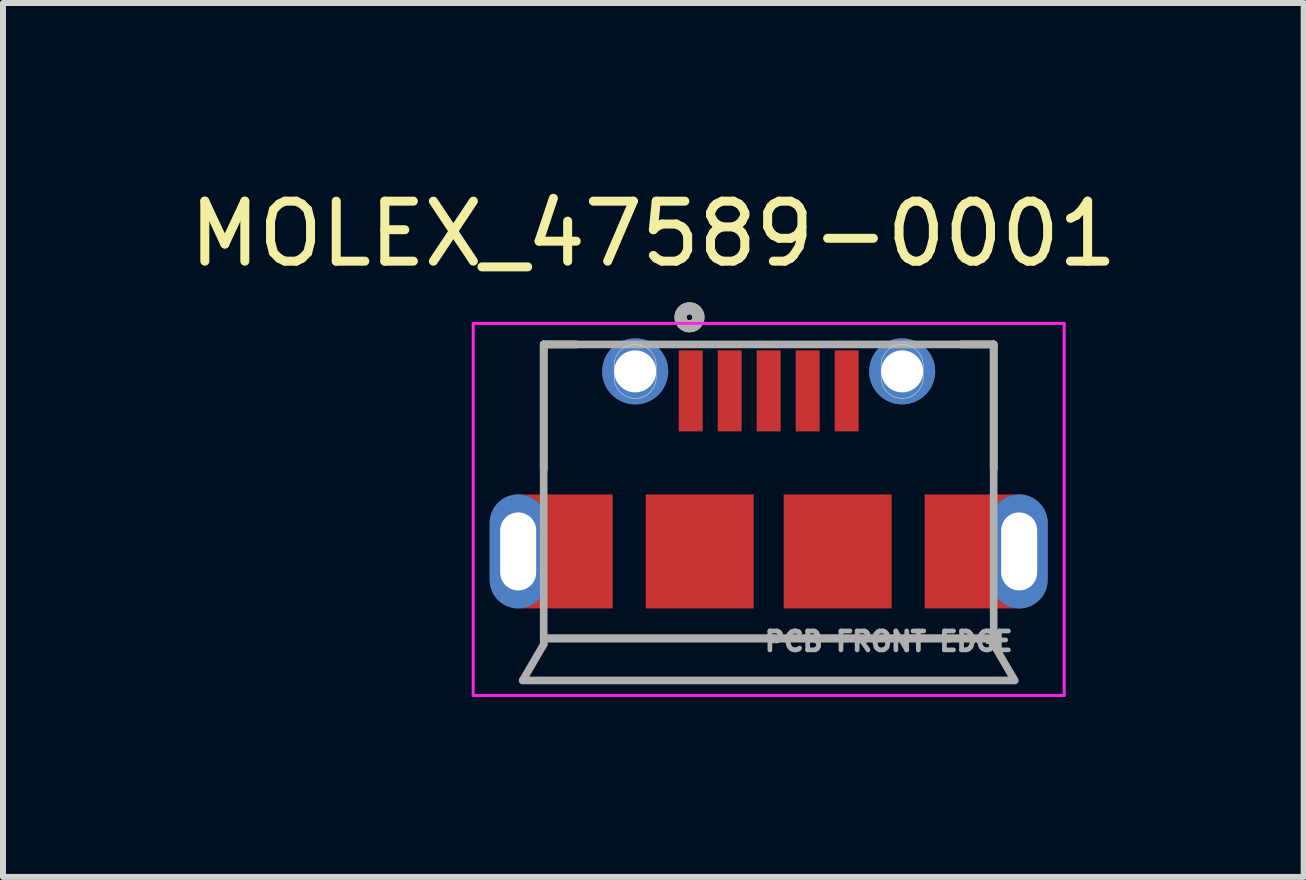
<source format=kicad_pcb>
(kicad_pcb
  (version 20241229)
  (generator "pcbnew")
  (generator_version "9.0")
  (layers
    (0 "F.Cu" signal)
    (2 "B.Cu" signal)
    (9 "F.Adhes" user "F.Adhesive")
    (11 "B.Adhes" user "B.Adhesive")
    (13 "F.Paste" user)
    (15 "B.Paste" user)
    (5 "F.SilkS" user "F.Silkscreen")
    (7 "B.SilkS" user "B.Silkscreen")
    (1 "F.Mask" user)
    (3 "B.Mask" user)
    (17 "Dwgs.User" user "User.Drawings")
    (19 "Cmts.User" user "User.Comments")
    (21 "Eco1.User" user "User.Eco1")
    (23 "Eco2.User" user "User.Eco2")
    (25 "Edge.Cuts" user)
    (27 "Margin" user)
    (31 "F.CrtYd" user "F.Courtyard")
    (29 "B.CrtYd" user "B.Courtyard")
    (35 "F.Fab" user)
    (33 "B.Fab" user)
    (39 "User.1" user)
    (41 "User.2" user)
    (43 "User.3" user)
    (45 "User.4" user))
  (footprint "MOLEX_47589-0001"
    (layer "F.Cu")
    (at 9.762 5.403)
    (property "Reference" "MOLEX_47589-0001" (at -1.922 -4.555 0) (layer "F.SilkS") (effects (font (size 1 1) (thickness 0.15))))
    (attr through_hole)
    (fp_poly (pts (xy -2.6 1.688) (xy -4.175 1.688) (xy -4.153 1.687) (xy -4.128 1.685) (xy -4.103 1.682) (xy -4.078 1.677) (xy -4.054 1.671) (xy -4.03 1.664) (xy -4.006 1.656) (xy -3.983 1.646) (xy -3.961 1.635) (xy -3.939 1.624) (xy -3.917 1.61) (xy -3.897 1.596) (xy -3.877 1.581) (xy -3.858 1.565) (xy -3.84 1.548) (xy -3.823 1.53) (xy -3.806 1.511) (xy -3.791 1.491) (xy -3.777 1.47) (xy -3.764 1.449) (xy -3.752 1.427) (xy -3.741 1.404) (xy -3.732 1.381) (xy -3.723 1.358) (xy -3.716 1.334) (xy -3.71 1.309) (xy -3.706 1.285) (xy -3.703 1.26) (xy -3.701 1.235) (xy -3.7 1.208) (xy -3.7 0.258) (xy -3.701 0.235) (xy -3.703 0.211) (xy -3.706 0.186) (xy -3.71 0.162) (xy -3.716 0.138) (xy -3.723 0.114) (xy -3.731 0.091) (xy -3.741 0.068) (xy -3.751 0.045) (xy -3.763 0.024) (xy -3.776 0.003) (xy -3.79 -0.018) (xy -3.805 -0.037) (xy -3.821 -0.056) (xy -3.838 -0.074) (xy -3.856 -0.091) (xy -3.875 -0.107) (xy -3.895 -0.122) (xy -3.915 -0.136) (xy -3.936 -0.149) (xy -3.958 -0.161) (xy -3.98 -0.172) (xy -4.003 -0.181) (xy -4.026 -0.189) (xy -4.05 -0.196) (xy -4.074 -0.202) (xy -4.099 -0.207) (xy -4.123 -0.21) (xy -4.148 -0.212) (xy -4.175 -0.212) (xy -2.6 -0.212) (xy -2.6 1.688) (xy -2.6 1.688)) (stroke (width 0.0001) (type solid)) (fill yes) (layer "F.Cu"))
    (fp_poly (pts (xy 2.6 -0.212) (xy 4.175 -0.212) (xy 4.153 -0.212) (xy 4.128 -0.21) (xy 4.103 -0.207) (xy 4.078 -0.202) (xy 4.054 -0.196) (xy 4.03 -0.189) (xy 4.006 -0.181) (xy 3.983 -0.171) (xy 3.961 -0.16) (xy 3.939 -0.149) (xy 3.917 -0.135) (xy 3.897 -0.121) (xy 3.877 -0.106) (xy 3.858 -0.09) (xy 3.84 -0.073) (xy 3.823 -0.055) (xy 3.806 -0.036) (xy 3.791 -0.016) (xy 3.777 0.005) (xy 3.764 0.026) (xy 3.752 0.048) (xy 3.741 0.071) (xy 3.732 0.094) (xy 3.723 0.117) (xy 3.716 0.141) (xy 3.71 0.166) (xy 3.706 0.19) (xy 3.703 0.215) (xy 3.701 0.24) (xy 3.7 0.268) (xy 3.7 1.218) (xy 3.701 1.24) (xy 3.703 1.264) (xy 3.706 1.289) (xy 3.71 1.313) (xy 3.716 1.337) (xy 3.723 1.361) (xy 3.731 1.384) (xy 3.741 1.407) (xy 3.751 1.43) (xy 3.763 1.451) (xy 3.776 1.472) (xy 3.79 1.493) (xy 3.805 1.512) (xy 3.821 1.531) (xy 3.838 1.549) (xy 3.856 1.566) (xy 3.875 1.582) (xy 3.895 1.597) (xy 3.915 1.611) (xy 3.936 1.624) (xy 3.958 1.636) (xy 3.98 1.647) (xy 4.003 1.656) (xy 4.026 1.664) (xy 4.05 1.671) (xy 4.074 1.677) (xy 4.099 1.682) (xy 4.123 1.685) (xy 4.148 1.687) (xy 4.175 1.688) (xy 2.6 1.688) (xy 2.6 -0.212) (xy 2.6 -0.212)) (stroke (width 0.0001) (type solid)) (fill yes) (layer "F.Cu"))
    (fp_poly (pts (xy -4.475 0.738) (xy -4.475 0.388) (xy -4.475 0.372) (xy -4.473 0.356) (xy -4.471 0.341) (xy -4.468 0.325) (xy -4.465 0.31) (xy -4.46 0.295) (xy -4.455 0.28) (xy -4.449 0.265) (xy -4.442 0.251) (xy -4.435 0.237) (xy -4.427 0.224) (xy -4.418 0.211) (xy -4.408 0.199) (xy -4.398 0.187) (xy -4.387 0.175) (xy -4.376 0.165) (xy -4.364 0.154) (xy -4.351 0.145) (xy -4.338 0.136) (xy -4.325 0.128) (xy -4.311 0.12) (xy -4.297 0.113) (xy -4.283 0.107) (xy -4.268 0.102) (xy -4.253 0.098) (xy -4.237 0.094) (xy -4.222 0.091) (xy -4.206 0.089) (xy -4.191 0.088) (xy -4.175 0.087) (xy -4.159 0.088) (xy -4.144 0.089) (xy -4.128 0.091) (xy -4.113 0.094) (xy -4.097 0.098) (xy -4.082 0.102) (xy -4.067 0.107) (xy -4.053 0.113) (xy -4.039 0.12) (xy -4.025 0.128) (xy -4.012 0.136) (xy -3.999 0.145) (xy -3.986 0.154) (xy -3.974 0.165) (xy -3.963 0.175) (xy -3.952 0.187) (xy -3.942 0.199) (xy -3.932 0.211) (xy -3.923 0.224) (xy -3.915 0.237) (xy -3.908 0.251) (xy -3.901 0.265) (xy -3.895 0.28) (xy -3.89 0.295) (xy -3.885 0.31) (xy -3.882 0.325) (xy -3.879 0.341) (xy -3.877 0.356) (xy -3.875 0.372) (xy -3.875 0.388) (xy -3.875 1.087) (xy -3.875 1.103) (xy -3.877 1.119) (xy -3.879 1.134) (xy -3.882 1.15) (xy -3.885 1.165) (xy -3.89 1.18) (xy -3.895 1.195) (xy -3.901 1.21) (xy -3.908 1.224) (xy -3.915 1.237) (xy -3.923 1.251) (xy -3.932 1.264) (xy -3.942 1.276) (xy -3.952 1.288) (xy -3.963 1.3) (xy -3.974 1.31) (xy -3.986 1.321) (xy -3.999 1.33) (xy -4.012 1.339) (xy -4.025 1.347) (xy -4.039 1.355) (xy -4.053 1.362) (xy -4.067 1.368) (xy -4.082 1.373) (xy -4.097 1.377) (xy -4.113 1.381) (xy -4.128 1.384) (xy -4.144 1.386) (xy -4.159 1.387) (xy -4.175 1.387) (xy -4.191 1.387) (xy -4.206 1.386) (xy -4.222 1.384) (xy -4.237 1.381) (xy -4.253 1.377) (xy -4.268 1.373) (xy -4.283 1.368) (xy -4.297 1.362) (xy -4.311 1.355) (xy -4.325 1.347) (xy -4.338 1.339) (xy -4.351 1.33) (xy -4.364 1.321) (xy -4.376 1.31) (xy -4.387 1.3) (xy -4.398 1.288) (xy -4.408 1.276) (xy -4.418 1.264) (xy -4.427 1.251) (xy -4.435 1.237) (xy -4.442 1.224) (xy -4.449 1.21) (xy -4.455 1.195) (xy -4.46 1.18) (xy -4.465 1.165) (xy -4.468 1.15) (xy -4.471 1.134) (xy -4.473 1.119) (xy -4.475 1.103) (xy -4.475 1.087) (xy -4.475 0.738) (xy -4.775 0.738) (xy -4.775 1.238) (xy -4.773 1.263) (xy -4.77 1.293) (xy -4.765 1.322) (xy -4.758 1.352) (xy -4.75 1.381) (xy -4.741 1.409) (xy -4.73 1.437) (xy -4.717 1.465) (xy -4.703 1.492) (xy -4.688 1.517) (xy -4.671 1.543) (xy -4.654 1.567) (xy -4.634 1.59) (xy -4.614 1.612) (xy -4.593 1.633) (xy -4.57 1.653) (xy -4.546 1.672) (xy -4.522 1.69) (xy -4.496 1.706) (xy -4.47 1.721) (xy -4.443 1.734) (xy -4.416 1.746) (xy -4.387 1.757) (xy -4.359 1.766) (xy -4.329 1.773) (xy -4.3 1.779) (xy -4.27 1.784) (xy -4.24 1.787) (xy -4.21 1.788) (xy -4.175 1.788) (xy -2.5 1.788) (xy -2.5 -0.313) (xy -4.175 -0.313) (xy -4.21 -0.313) (xy -4.24 -0.312) (xy -4.27 -0.309) (xy -4.3 -0.304) (xy -4.329 -0.298) (xy -4.359 -0.291) (xy -4.387 -0.282) (xy -4.416 -0.271) (xy -4.443 -0.259) (xy -4.47 -0.246) (xy -4.496 -0.231) (xy -4.522 -0.215) (xy -4.546 -0.197) (xy -4.57 -0.178) (xy -4.593 -0.158) (xy -4.614 -0.137) (xy -4.634 -0.115) (xy -4.654 -0.092) (xy -4.671 -0.068) (xy -4.688 -0.042) (xy -4.703 -0.017) (xy -4.717 0.01) (xy -4.73 0.038) (xy -4.741 0.066) (xy -4.75 0.094) (xy -4.758 0.123) (xy -4.765 0.153) (xy -4.77 0.182) (xy -4.773 0.212) (xy -4.775 0.237) (xy -4.775 0.738) (xy -4.475 0.738) (xy -4.475 0.738)) (stroke (width 0) (type solid)) (fill yes) (layer "F.Mask"))
    (fp_poly (pts (xy 4.475 0.738) (xy 4.475 1.087) (xy 4.475 1.103) (xy 4.473 1.119) (xy 4.471 1.134) (xy 4.468 1.15) (xy 4.465 1.165) (xy 4.46 1.18) (xy 4.455 1.195) (xy 4.449 1.21) (xy 4.442 1.224) (xy 4.435 1.237) (xy 4.427 1.251) (xy 4.418 1.264) (xy 4.408 1.276) (xy 4.398 1.288) (xy 4.387 1.3) (xy 4.376 1.31) (xy 4.364 1.321) (xy 4.351 1.33) (xy 4.338 1.339) (xy 4.325 1.347) (xy 4.311 1.355) (xy 4.297 1.362) (xy 4.283 1.368) (xy 4.268 1.373) (xy 4.253 1.377) (xy 4.237 1.381) (xy 4.222 1.384) (xy 4.206 1.386) (xy 4.191 1.387) (xy 4.175 1.387) (xy 4.159 1.387) (xy 4.144 1.386) (xy 4.128 1.384) (xy 4.113 1.381) (xy 4.097 1.377) (xy 4.082 1.373) (xy 4.067 1.368) (xy 4.053 1.362) (xy 4.039 1.355) (xy 4.025 1.347) (xy 4.012 1.339) (xy 3.999 1.33) (xy 3.986 1.321) (xy 3.974 1.31) (xy 3.963 1.3) (xy 3.952 1.288) (xy 3.942 1.276) (xy 3.932 1.264) (xy 3.923 1.251) (xy 3.915 1.237) (xy 3.908 1.224) (xy 3.901 1.21) (xy 3.895 1.195) (xy 3.89 1.18) (xy 3.885 1.165) (xy 3.882 1.15) (xy 3.879 1.134) (xy 3.877 1.119) (xy 3.875 1.103) (xy 3.875 1.087) (xy 3.875 0.388) (xy 3.875 0.372) (xy 3.877 0.356) (xy 3.879 0.341) (xy 3.882 0.325) (xy 3.885 0.31) (xy 3.89 0.295) (xy 3.895 0.28) (xy 3.901 0.265) (xy 3.908 0.251) (xy 3.915 0.237) (xy 3.923 0.224) (xy 3.932 0.211) (xy 3.942 0.199) (xy 3.952 0.187) (xy 3.963 0.175) (xy 3.974 0.165) (xy 3.986 0.154) (xy 3.999 0.145) (xy 4.012 0.136) (xy 4.025 0.128) (xy 4.039 0.12) (xy 4.053 0.113) (xy 4.067 0.107) (xy 4.082 0.102) (xy 4.097 0.098) (xy 4.113 0.094) (xy 4.128 0.091) (xy 4.144 0.089) (xy 4.159 0.088) (xy 4.175 0.087) (xy 4.191 0.088) (xy 4.206 0.089) (xy 4.222 0.091) (xy 4.237 0.094) (xy 4.253 0.098) (xy 4.268 0.102) (xy 4.283 0.107) (xy 4.297 0.113) (xy 4.311 0.12) (xy 4.325 0.128) (xy 4.338 0.136) (xy 4.351 0.145) (xy 4.364 0.154) (xy 4.376 0.165) (xy 4.387 0.175) (xy 4.398 0.187) (xy 4.408 0.199) (xy 4.418 0.211) (xy 4.427 0.224) (xy 4.435 0.237) (xy 4.442 0.251) (xy 4.449 0.265) (xy 4.455 0.28) (xy 4.46 0.295) (xy 4.465 0.31) (xy 4.468 0.325) (xy 4.471 0.341) (xy 4.473 0.356) (xy 4.475 0.372) (xy 4.475 0.388) (xy 4.475 0.738) (xy 4.775 0.738) (xy 4.775 0.237) (xy 4.773 0.212) (xy 4.77 0.182) (xy 4.765 0.153) (xy 4.758 0.123) (xy 4.75 0.094) (xy 4.741 0.066) (xy 4.73 0.038) (xy 4.717 0.01) (xy 4.703 -0.017) (xy 4.688 -0.042) (xy 4.671 -0.068) (xy 4.654 -0.092) (xy 4.634 -0.115) (xy 4.614 -0.137) (xy 4.593 -0.158) (xy 4.57 -0.178) (xy 4.546 -0.197) (xy 4.522 -0.215) (xy 4.496 -0.231) (xy 4.47 -0.246) (xy 4.443 -0.259) (xy 4.416 -0.271) (xy 4.387 -0.282) (xy 4.359 -0.291) (xy 4.329 -0.298) (xy 4.3 -0.304) (xy 4.27 -0.309) (xy 4.24 -0.312) (xy 4.21 -0.313) (xy 4.175 -0.313) (xy 2.5 -0.313) (xy 2.5 1.788) (xy 4.175 1.788) (xy 4.21 1.788) (xy 4.24 1.787) (xy 4.27 1.784) (xy 4.3 1.779) (xy 4.329 1.773) (xy 4.359 1.766) (xy 4.387 1.757) (xy 4.416 1.746) (xy 4.443 1.734) (xy 4.47 1.721) (xy 4.496 1.706) (xy 4.522 1.69) (xy 4.546 1.672) (xy 4.57 1.653) (xy 4.593 1.633) (xy 4.614 1.612) (xy 4.634 1.59) (xy 4.654 1.567) (xy 4.671 1.543) (xy 4.688 1.517) (xy 4.703 1.492) (xy 4.717 1.465) (xy 4.73 1.437) (xy 4.741 1.409) (xy 4.75 1.381) (xy 4.758 1.352) (xy 4.765 1.322) (xy 4.77 1.293) (xy 4.773 1.263) (xy 4.775 1.238) (xy 4.775 0.738) (xy 4.475 0.738) (xy 4.475 0.738)) (stroke (width 0) (type solid)) (fill yes) (layer "F.Mask"))
    (fp_line (start -3.75 -2.712) (end -3.2 -2.712) (stroke (width 0.127) (type solid)) (layer "F.SilkS"))
    (fp_line (start -3.75 -0.632) (end -3.75 -2.712) (stroke (width 0.127) (type solid)) (layer "F.SilkS"))
    (fp_line (start -3.75 2.188) (end 3.75 2.188) (stroke (width 0.127) (type solid)) (layer "F.SilkS"))
    (fp_line (start 3.75 -2.712) (end 3.2 -2.712) (stroke (width 0.127) (type solid)) (layer "F.SilkS"))
    (fp_line (start 3.75 -0.632) (end 3.75 -2.712) (stroke (width 0.127) (type solid)) (layer "F.SilkS"))
    (fp_circle (center -1.32 -3.164) (end -1.27 -3.164) (stroke (width 0.2) (type solid)) (fill no) (layer "F.SilkS"))
    (fp_poly (pts (xy -4.475 0.738) (xy -4.475 0.388) (xy -4.475 0.372) (xy -4.473 0.356) (xy -4.471 0.341) (xy -4.468 0.325) (xy -4.465 0.31) (xy -4.46 0.295) (xy -4.455 0.28) (xy -4.449 0.265) (xy -4.442 0.251) (xy -4.435 0.237) (xy -4.427 0.224) (xy -4.418 0.211) (xy -4.408 0.199) (xy -4.398 0.187) (xy -4.387 0.175) (xy -4.376 0.165) (xy -4.364 0.154) (xy -4.351 0.145) (xy -4.338 0.136) (xy -4.325 0.128) (xy -4.311 0.12) (xy -4.297 0.113) (xy -4.283 0.107) (xy -4.268 0.102) (xy -4.253 0.098) (xy -4.237 0.094) (xy -4.222 0.091) (xy -4.206 0.089) (xy -4.191 0.088) (xy -4.175 0.087) (xy -4.159 0.088) (xy -4.144 0.089) (xy -4.128 0.091) (xy -4.113 0.094) (xy -4.097 0.098) (xy -4.082 0.102) (xy -4.067 0.107) (xy -4.053 0.113) (xy -4.039 0.12) (xy -4.025 0.128) (xy -4.012 0.136) (xy -3.999 0.145) (xy -3.986 0.154) (xy -3.974 0.165) (xy -3.963 0.175) (xy -3.952 0.187) (xy -3.942 0.199) (xy -3.932 0.211) (xy -3.923 0.224) (xy -3.915 0.237) (xy -3.908 0.251) (xy -3.901 0.265) (xy -3.895 0.28) (xy -3.89 0.295) (xy -3.885 0.31) (xy -3.882 0.325) (xy -3.879 0.341) (xy -3.877 0.356) (xy -3.875 0.372) (xy -3.875 0.388) (xy -3.875 1.087) (xy -3.875 1.103) (xy -3.877 1.119) (xy -3.879 1.134) (xy -3.882 1.15) (xy -3.885 1.165) (xy -3.89 1.18) (xy -3.895 1.195) (xy -3.901 1.21) (xy -3.908 1.224) (xy -3.915 1.237) (xy -3.923 1.251) (xy -3.932 1.264) (xy -3.942 1.276) (xy -3.952 1.288) (xy -3.963 1.3) (xy -3.974 1.31) (xy -3.986 1.321) (xy -3.999 1.33) (xy -4.012 1.339) (xy -4.025 1.347) (xy -4.039 1.355) (xy -4.053 1.362) (xy -4.067 1.368) (xy -4.082 1.373) (xy -4.097 1.377) (xy -4.113 1.381) (xy -4.128 1.384) (xy -4.144 1.386) (xy -4.159 1.387) (xy -4.175 1.387) (xy -4.191 1.387) (xy -4.206 1.386) (xy -4.222 1.384) (xy -4.237 1.381) (xy -4.253 1.377) (xy -4.268 1.373) (xy -4.283 1.368) (xy -4.297 1.362) (xy -4.311 1.355) (xy -4.325 1.347) (xy -4.338 1.339) (xy -4.351 1.33) (xy -4.364 1.321) (xy -4.376 1.31) (xy -4.387 1.3) (xy -4.398 1.288) (xy -4.408 1.276) (xy -4.418 1.264) (xy -4.427 1.251) (xy -4.435 1.237) (xy -4.442 1.224) (xy -4.449 1.21) (xy -4.455 1.195) (xy -4.46 1.18) (xy -4.465 1.165) (xy -4.468 1.15) (xy -4.471 1.134) (xy -4.473 1.119) (xy -4.475 1.103) (xy -4.475 1.087) (xy -4.475 0.738) (xy -4.675 0.738) (xy -4.675 1.238) (xy -4.673 1.262) (xy -4.67 1.287) (xy -4.665 1.311) (xy -4.659 1.336) (xy -4.652 1.359) (xy -4.644 1.383) (xy -4.635 1.406) (xy -4.624 1.428) (xy -4.612 1.45) (xy -4.599 1.472) (xy -4.585 1.492) (xy -4.57 1.512) (xy -4.553 1.531) (xy -4.536 1.549) (xy -4.518 1.566) (xy -4.499 1.582) (xy -4.48 1.597) (xy -4.459 1.611) (xy -4.438 1.624) (xy -4.416 1.636) (xy -4.393 1.647) (xy -4.37 1.657) (xy -4.347 1.665) (xy -4.323 1.672) (xy -4.299 1.678) (xy -4.274 1.682) (xy -4.25 1.686) (xy -4.225 1.688) (xy -4.2 1.688) (xy -4.175 1.688) (xy -2.6 1.688) (xy -2.6 -0.212) (xy -4.175 -0.212) (xy -4.2 -0.213) (xy -4.225 -0.213) (xy -4.25 -0.211) (xy -4.274 -0.207) (xy -4.299 -0.203) (xy -4.323 -0.197) (xy -4.347 -0.19) (xy -4.37 -0.182) (xy -4.393 -0.172) (xy -4.416 -0.161) (xy -4.438 -0.149) (xy -4.459 -0.136) (xy -4.48 -0.122) (xy -4.499 -0.107) (xy -4.518 -0.091) (xy -4.536 -0.074) (xy -4.553 -0.056) (xy -4.57 -0.037) (xy -4.585 -0.017) (xy -4.599 0.003) (xy -4.612 0.025) (xy -4.624 0.047) (xy -4.635 0.069) (xy -4.644 0.092) (xy -4.652 0.116) (xy -4.659 0.139) (xy -4.665 0.164) (xy -4.67 0.188) (xy -4.673 0.213) (xy -4.675 0.237) (xy -4.675 0.738) (xy -4.475 0.738) (xy -4.475 0.738)) (stroke (width 0) (type solid)) (fill yes) (layer "F.Paste"))
    (fp_poly (pts (xy 4.475 0.738) (xy 4.475 1.087) (xy 4.475 1.103) (xy 4.473 1.119) (xy 4.471 1.134) (xy 4.468 1.15) (xy 4.465 1.165) (xy 4.46 1.18) (xy 4.455 1.195) (xy 4.449 1.21) (xy 4.442 1.224) (xy 4.435 1.237) (xy 4.427 1.251) (xy 4.418 1.264) (xy 4.408 1.276) (xy 4.398 1.288) (xy 4.387 1.3) (xy 4.376 1.31) (xy 4.364 1.321) (xy 4.351 1.33) (xy 4.338 1.339) (xy 4.325 1.347) (xy 4.311 1.355) (xy 4.297 1.362) (xy 4.283 1.368) (xy 4.268 1.373) (xy 4.253 1.377) (xy 4.237 1.381) (xy 4.222 1.384) (xy 4.206 1.386) (xy 4.191 1.387) (xy 4.175 1.387) (xy 4.159 1.387) (xy 4.144 1.386) (xy 4.128 1.384) (xy 4.113 1.381) (xy 4.097 1.377) (xy 4.082 1.373) (xy 4.067 1.368) (xy 4.053 1.362) (xy 4.039 1.355) (xy 4.025 1.347) (xy 4.012 1.339) (xy 3.999 1.33) (xy 3.986 1.321) (xy 3.974 1.31) (xy 3.963 1.3) (xy 3.952 1.288) (xy 3.942 1.276) (xy 3.932 1.264) (xy 3.923 1.251) (xy 3.915 1.237) (xy 3.908 1.224) (xy 3.901 1.21) (xy 3.895 1.195) (xy 3.89 1.18) (xy 3.885 1.165) (xy 3.882 1.15) (xy 3.879 1.134) (xy 3.877 1.119) (xy 3.875 1.103) (xy 3.875 1.087) (xy 3.875 0.388) (xy 3.875 0.372) (xy 3.877 0.356) (xy 3.879 0.341) (xy 3.882 0.325) (xy 3.885 0.31) (xy 3.89 0.295) (xy 3.895 0.28) (xy 3.901 0.265) (xy 3.908 0.251) (xy 3.915 0.237) (xy 3.923 0.224) (xy 3.932 0.211) (xy 3.942 0.199) (xy 3.952 0.187) (xy 3.963 0.175) (xy 3.974 0.165) (xy 3.986 0.154) (xy 3.999 0.145) (xy 4.012 0.136) (xy 4.025 0.128) (xy 4.039 0.12) (xy 4.053 0.113) (xy 4.067 0.107) (xy 4.082 0.102) (xy 4.097 0.098) (xy 4.113 0.094) (xy 4.128 0.091) (xy 4.144 0.089) (xy 4.159 0.088) (xy 4.175 0.087) (xy 4.191 0.088) (xy 4.206 0.089) (xy 4.222 0.091) (xy 4.237 0.094) (xy 4.253 0.098) (xy 4.268 0.102) (xy 4.283 0.107) (xy 4.297 0.113) (xy 4.311 0.12) (xy 4.325 0.128) (xy 4.338 0.136) (xy 4.351 0.145) (xy 4.364 0.154) (xy 4.376 0.165) (xy 4.387 0.175) (xy 4.398 0.187) (xy 4.408 0.199) (xy 4.418 0.211) (xy 4.427 0.224) (xy 4.435 0.237) (xy 4.442 0.251) (xy 4.449 0.265) (xy 4.455 0.28) (xy 4.46 0.295) (xy 4.465 0.31) (xy 4.468 0.325) (xy 4.471 0.341) (xy 4.473 0.356) (xy 4.475 0.372) (xy 4.475 0.388) (xy 4.475 0.738) (xy 4.675 0.738) (xy 4.675 0.237) (xy 4.673 0.213) (xy 4.67 0.188) (xy 4.665 0.164) (xy 4.659 0.139) (xy 4.652 0.116) (xy 4.644 0.092) (xy 4.635 0.069) (xy 4.624 0.047) (xy 4.612 0.025) (xy 4.599 0.003) (xy 4.585 -0.017) (xy 4.57 -0.037) (xy 4.553 -0.056) (xy 4.536 -0.074) (xy 4.518 -0.091) (xy 4.499 -0.107) (xy 4.48 -0.122) (xy 4.459 -0.136) (xy 4.438 -0.149) (xy 4.416 -0.161) (xy 4.393 -0.172) (xy 4.37 -0.182) (xy 4.347 -0.19) (xy 4.323 -0.197) (xy 4.299 -0.203) (xy 4.274 -0.207) (xy 4.25 -0.211) (xy 4.225 -0.213) (xy 4.2 -0.213) (xy 4.175 -0.212) (xy 2.6 -0.212) (xy 2.6 1.688) (xy 4.175 1.688) (xy 4.2 1.688) (xy 4.225 1.688) (xy 4.25 1.686) (xy 4.274 1.682) (xy 4.299 1.678) (xy 4.323 1.672) (xy 4.347 1.665) (xy 4.37 1.657) (xy 4.393 1.647) (xy 4.416 1.636) (xy 4.438 1.624) (xy 4.459 1.611) (xy 4.48 1.597) (xy 4.499 1.582) (xy 4.518 1.566) (xy 4.536 1.549) (xy 4.553 1.531) (xy 4.57 1.512) (xy 4.585 1.492) (xy 4.599 1.472) (xy 4.612 1.45) (xy 4.624 1.428) (xy 4.635 1.406) (xy 4.644 1.383) (xy 4.652 1.359) (xy 4.659 1.336) (xy 4.665 1.311) (xy 4.67 1.287) (xy 4.673 1.262) (xy 4.675 1.238) (xy 4.675 0.738) (xy 4.475 0.738) (xy 4.475 0.738)) (stroke (width 0) (type solid)) (fill yes) (layer "F.Paste"))
    (fp_line (start -2.575 -2.163) (end -2.575 -2.362) (stroke (width 0.01) (type solid)) (layer "Edge.Cuts"))
    (fp_line (start 1.875 -2.163) (end 1.875 -2.362) (stroke (width 0.01) (type solid)) (layer "Edge.Cuts"))
    (fp_arc (start -2.575 -2.3625) (mid -2.472487 -2.609987) (end -2.225 -2.7125) (stroke (width 0.01) (type solid)) (layer "Edge.Cuts"))
    (fp_arc (start -2.225 -2.7125) (mid -1.977513 -2.609987) (end -1.875 -2.3625) (stroke (width 0.01) (type solid)) (layer "Edge.Cuts"))
    (fp_arc (start -2.225 -1.8125) (mid -2.472487 -1.915013) (end -2.575 -2.1625) (stroke (width 0.01) (type solid)) (layer "Edge.Cuts"))
    (fp_arc (start -1.875 -2.1625) (mid -1.977513 -1.915013) (end -2.225 -1.8125) (stroke (width 0.01) (type solid)) (layer "Edge.Cuts"))
    (fp_arc (start -1.875 -2.1625) (mid -1.876407 -2.2625) (end -1.875 -2.3625) (stroke (width 0.01) (type solid)) (layer "Edge.Cuts"))
    (fp_arc (start 1.875 -2.3625) (mid 1.977513 -2.609987) (end 2.225 -2.7125) (stroke (width 0.01) (type solid)) (layer "Edge.Cuts"))
    (fp_arc (start 2.225 -2.7125) (mid 2.472487 -2.609987) (end 2.575 -2.3625) (stroke (width 0.01) (type solid)) (layer "Edge.Cuts"))
    (fp_arc (start 2.225 -1.8125) (mid 1.977513 -1.915013) (end 1.875 -2.1625) (stroke (width 0.01) (type solid)) (layer "Edge.Cuts"))
    (fp_arc (start 2.575 -2.1625) (mid 2.472487 -1.915013) (end 2.225 -1.8125) (stroke (width 0.01) (type solid)) (layer "Edge.Cuts"))
    (fp_arc (start 2.575 -2.1625) (mid 2.573593 -2.2625) (end 2.575 -2.3625) (stroke (width 0.01) (type solid)) (layer "Edge.Cuts"))
    (fp_line (start -4.925 -3.062) (end 4.925 -3.062) (stroke (width 0.05) (type solid)) (layer "F.CrtYd"))
    (fp_line (start -4.925 3.138) (end -4.925 -3.062) (stroke (width 0.05) (type solid)) (layer "F.CrtYd"))
    (fp_line (start 4.925 -3.062) (end 4.925 3.138) (stroke (width 0.05) (type solid)) (layer "F.CrtYd"))
    (fp_line (start 4.925 3.138) (end -4.925 3.138) (stroke (width 0.05) (type solid)) (layer "F.CrtYd"))
    (fp_line (start -4.1 2.888) (end -3.75 2.288) (stroke (width 0.127) (type solid)) (layer "F.Fab"))
    (fp_line (start -4.1 2.888) (end 4.1 2.888) (stroke (width 0.127) (type solid)) (layer "F.Fab"))
    (fp_line (start -3.75 -2.712) (end 3.75 -2.712) (stroke (width 0.127) (type solid)) (layer "F.Fab"))
    (fp_line (start -3.75 2.188) (end 3.75 2.188) (stroke (width 0.127) (type solid)) (layer "F.Fab"))
    (fp_line (start -3.75 2.288) (end -3.75 -2.712) (stroke (width 0.127) (type solid)) (layer "F.Fab"))
    (fp_line (start 3.75 -2.712) (end 3.75 2.288) (stroke (width 0.127) (type solid)) (layer "F.Fab"))
    (fp_line (start 4.1 2.888) (end 3.75 2.288) (stroke (width 0.127) (type solid)) (layer "F.Fab"))
    (fp_circle (center -1.32 -3.164) (end -1.27 -3.164) (stroke (width 0.2) (type solid)) (fill no) (layer "F.Fab"))
    (fp_text user "PCB FRONT EDGE" (at 2 2.237 0) (layer "F.Fab") (effects (font (size 0.315 0.315) (thickness 0.15))))
    (pad "1" smd rect (at -1.3 -1.938 270) (size 1.35 0.4) (layers "F.Cu" "F.Mask" "F.Paste"))
    (pad "2" smd rect (at -0.65 -1.938 270) (size 1.35 0.4) (layers "F.Cu" "F.Mask" "F.Paste"))
    (pad "3" smd rect (at 0 -1.938 270) (size 1.35 0.4) (layers "F.Cu" "F.Mask" "F.Paste"))
    (pad "4" smd rect (at 0.65 -1.938 270) (size 1.35 0.4) (layers "F.Cu" "F.Mask" "F.Paste"))
    (pad "5" smd rect (at 1.3 -1.938 270) (size 1.35 0.4) (layers "F.Cu" "F.Mask" "F.Paste"))
    (pad "S1" thru_hole oval (at -4.175 0.738) (size 0.95 1.9) (drill oval 0.6 1.3) (layers "*.Cu"))
    (pad "S2" smd rect (at -1.15 0.738 90) (size 1.9 1.8) (layers "F.Cu" "F.Mask" "F.Paste"))
    (pad "S3" smd rect (at 1.15 0.738 90) (size 1.9 1.8) (layers "F.Cu" "F.Mask" "F.Paste"))
    (pad "S4" thru_hole oval (at 4.175 0.738) (size 0.95 1.9) (drill oval 0.6 1.3) (layers "*.Cu"))
    (pad "S5" thru_hole circle (at -2.225 -2.263) (size 1.1 1.1) (drill 0.7) (layers "*.Cu" "*.Mask"))
    (pad "S6" thru_hole circle (at 2.225 -2.263) (size 1.1 1.1) (drill 0.7) (layers "*.Cu" "*.Mask")))
  (gr_rect
    (start -3 -3)
    (end 18.679 11.566)
    (stroke (width 0.1) (type default))
    (fill no)
    (layer "Edge.Cuts")))
</source>
